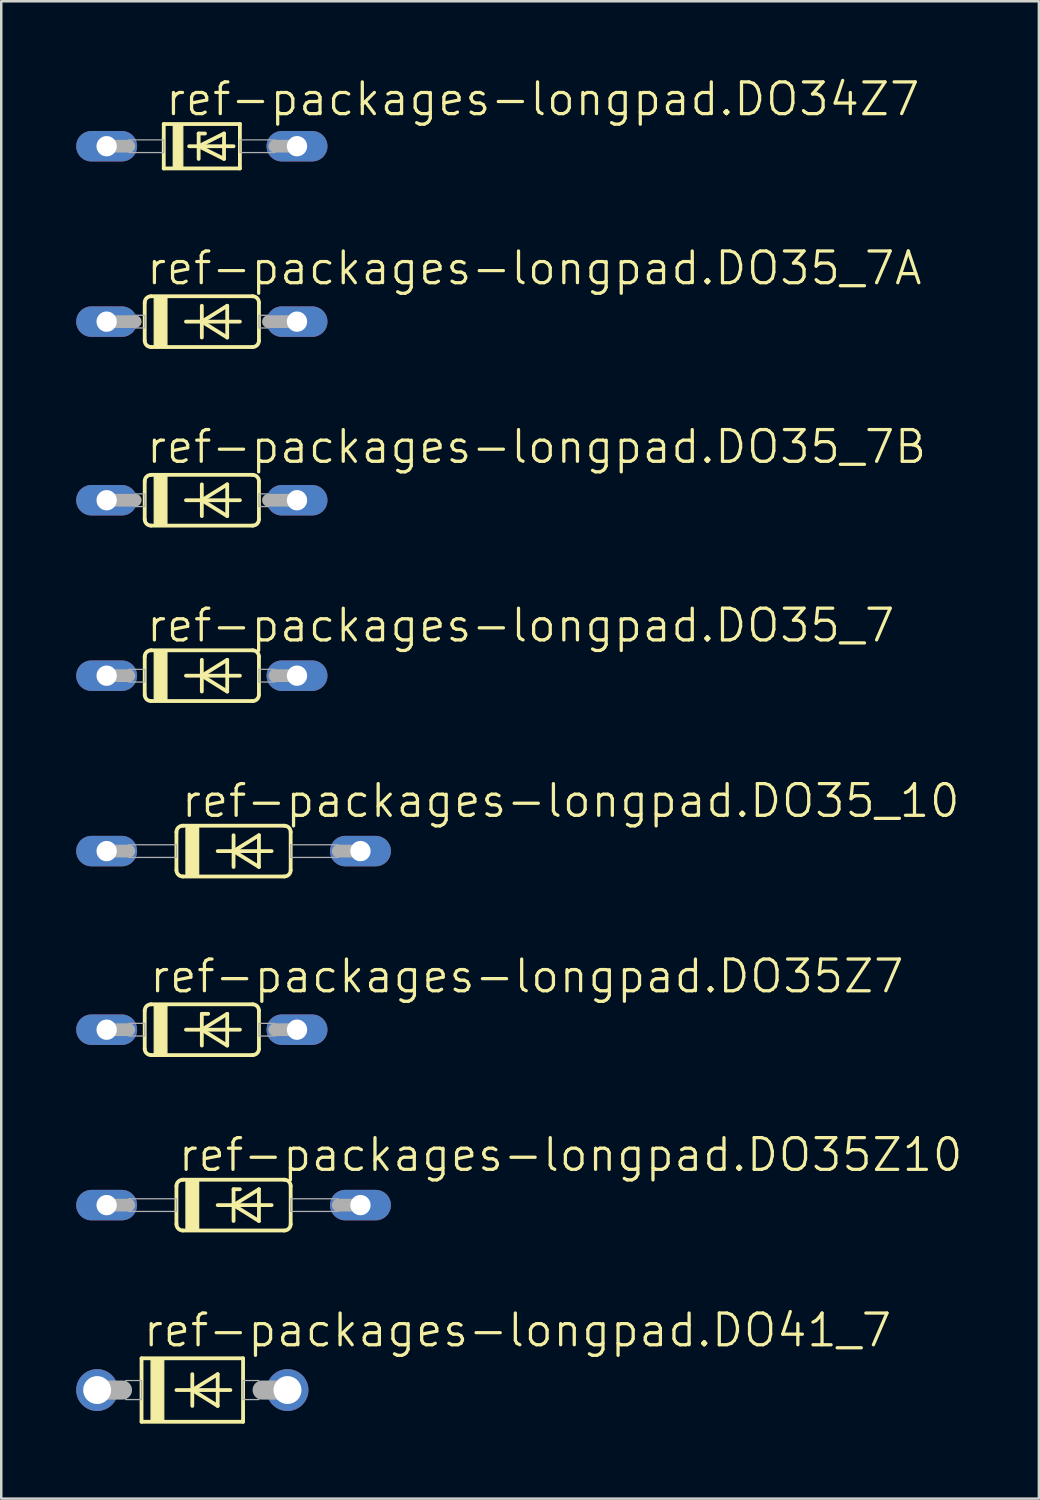
<source format=kicad_pcb>
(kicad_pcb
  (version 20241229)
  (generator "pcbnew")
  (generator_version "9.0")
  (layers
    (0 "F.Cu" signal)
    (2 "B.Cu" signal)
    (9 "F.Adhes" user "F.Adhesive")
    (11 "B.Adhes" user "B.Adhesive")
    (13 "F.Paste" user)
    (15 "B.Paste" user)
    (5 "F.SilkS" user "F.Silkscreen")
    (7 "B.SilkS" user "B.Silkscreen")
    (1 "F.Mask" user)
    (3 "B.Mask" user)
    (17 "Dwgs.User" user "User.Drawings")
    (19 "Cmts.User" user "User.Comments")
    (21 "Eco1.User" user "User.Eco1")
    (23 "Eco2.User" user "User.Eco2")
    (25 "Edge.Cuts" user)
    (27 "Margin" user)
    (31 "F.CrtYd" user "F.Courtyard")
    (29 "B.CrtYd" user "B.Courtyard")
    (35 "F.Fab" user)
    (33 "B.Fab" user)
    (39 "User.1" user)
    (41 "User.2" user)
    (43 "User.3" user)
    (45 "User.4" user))
  (footprint "ref-packages-longpad.DO41_7"
    (layer "F.Cu")
    (at 4.648 52.593)
    (property "Reference" "ref-packages-longpad.DO41_7" (at -2.032 -1.651 0) (layer "F.SilkS") (effects (font (size 1.27 1.27) (thickness 0.13)) (justify left bottom)))
    (attr through_hole)
    (fp_line (start -2.032 -1.27) (end -2.032 1.27) (stroke (width 0.152) (type default)) (layer "F.SilkS"))
    (fp_line (start -2.032 -1.27) (end 2.032 -1.27) (stroke (width 0.152) (type default)) (layer "F.SilkS"))
    (fp_line (start -0.635 0) (end 0 0) (stroke (width 0.152) (type default)) (layer "F.SilkS"))
    (fp_line (start 0 -0.635) (end 0 0) (stroke (width 0.152) (type default)) (layer "F.SilkS"))
    (fp_line (start 0 0) (end 0 0.635) (stroke (width 0.152) (type default)) (layer "F.SilkS"))
    (fp_line (start 0 0) (end 1.016 -0.635) (stroke (width 0.152) (type default)) (layer "F.SilkS"))
    (fp_line (start 0 0) (end 1.524 0) (stroke (width 0.152) (type default)) (layer "F.SilkS"))
    (fp_line (start 1.016 -0.635) (end 1.016 0.635) (stroke (width 0.152) (type default)) (layer "F.SilkS"))
    (fp_line (start 1.016 0.635) (end 0 0) (stroke (width 0.152) (type default)) (layer "F.SilkS"))
    (fp_line (start 2.032 1.27) (end -2.032 1.27) (stroke (width 0.152) (type default)) (layer "F.SilkS"))
    (fp_line (start 2.032 1.27) (end 2.032 -1.27) (stroke (width 0.152) (type default)) (layer "F.SilkS"))
    (fp_rect (start -1.651 1.27) (end -1.143 -1.27) (stroke (width 0.05) (type default)) (fill yes) (layer "F.SilkS"))
    (fp_line (start -3.81 0) (end -2.794 0) (stroke (width 0.762) (type default)) (layer "F.Fab"))
    (fp_line (start 3.81 0) (end 2.794 0) (stroke (width 0.762) (type default)) (layer "F.Fab"))
    (fp_rect (start -2.667 0.381) (end -2.032 -0.381) (stroke (width 0.05) (type default)) (fill no) (layer "F.Fab"))
    (fp_rect (start 2.032 0.381) (end 2.667 -0.381) (stroke (width 0.05) (type default)) (fill no) (layer "F.Fab"))
    (pad "A" thru_hole circle (at 3.81 0) (size 1.676 1.676) (drill 1.118) (layers "*.Cu" "*.Mask"))
    (pad "C" thru_hole circle (at -3.81 0) (size 1.676 1.676) (drill 1.118) (layers "*.Cu" "*.Mask")))
  (footprint "ref-packages-longpad.DO34Z7"
    (layer "F.Cu")
    (at 5.029 2.803)
    (property "Reference" "ref-packages-longpad.DO34Z7" (at -1.524 -1.143 0) (layer "F.SilkS") (effects (font (size 1.27 1.27) (thickness 0.13)) (justify left bottom)))
    (attr through_hole)
    (fp_line (start -1.524 -0.889) (end -1.524 0.889) (stroke (width 0.152) (type default)) (layer "F.SilkS"))
    (fp_line (start -1.524 0.889) (end 1.524 0.889) (stroke (width 0.152) (type default)) (layer "F.SilkS"))
    (fp_line (start -0.508 0) (end -0.127 0) (stroke (width 0.152) (type default)) (layer "F.SilkS"))
    (fp_line (start -0.127 -0.508) (end -0.127 0) (stroke (width 0.152) (type default)) (layer "F.SilkS"))
    (fp_line (start -0.127 0) (end -0.127 0.508) (stroke (width 0.152) (type default)) (layer "F.SilkS"))
    (fp_line (start -0.127 0) (end 0.889 -0.508) (stroke (width 0.152) (type default)) (layer "F.SilkS"))
    (fp_line (start -0.127 0) (end 1.27 0) (stroke (width 0.152) (type default)) (layer "F.SilkS"))
    (fp_line (start 0.127 -0.508) (end -0.127 -0.508) (stroke (width 0.152) (type default)) (layer "F.SilkS"))
    (fp_line (start 0.889 -0.508) (end 0.889 0.508) (stroke (width 0.152) (type default)) (layer "F.SilkS"))
    (fp_line (start 0.889 0.508) (end -0.127 0) (stroke (width 0.152) (type default)) (layer "F.SilkS"))
    (fp_line (start 1.524 -0.889) (end -1.524 -0.889) (stroke (width 0.152) (type default)) (layer "F.SilkS"))
    (fp_line (start 1.524 0.889) (end 1.524 -0.889) (stroke (width 0.152) (type default)) (layer "F.SilkS"))
    (fp_rect (start -1.143 0.889) (end -0.762 -0.889) (stroke (width 0.05) (type default)) (fill yes) (layer "F.SilkS"))
    (fp_line (start -3.81 0) (end -2.921 0) (stroke (width 0.508) (type default)) (layer "F.Fab"))
    (fp_line (start 3.81 0) (end 2.921 0) (stroke (width 0.508) (type default)) (layer "F.Fab"))
    (fp_rect (start -2.921 0.254) (end -1.524 -0.254) (stroke (width 0.05) (type default)) (fill no) (layer "F.Fab"))
    (fp_rect (start 1.524 0.254) (end 2.921 -0.254) (stroke (width 0.05) (type default)) (fill no) (layer "F.Fab"))
    (pad "A" thru_hole oval (at 3.81 0) (size 2.438 1.219) (drill 0.813) (layers "*.Cu" "*.Mask"))
    (pad "C" thru_hole oval (at -3.81 0) (size 2.438 1.219) (drill 0.813) (layers "*.Cu" "*.Mask")))
  (footprint "ref-packages-longpad.DO35_7"
    (layer "F.Cu")
    (at 5.029 23.997)
    (property "Reference" "ref-packages-longpad.DO35_7" (at -2.286 -1.27 0) (layer "F.SilkS") (effects (font (size 1.27 1.27) (thickness 0.13)) (justify left bottom)))
    (attr through_hole)
    (fp_line (start -2.286 -0.762) (end -2.286 0.762) (stroke (width 0.152) (type default)) (layer "F.SilkS"))
    (fp_line (start -2.032 -1.016) (end 2.032 -1.016) (stroke (width 0.152) (type default)) (layer "F.SilkS"))
    (fp_line (start -2.032 1.016) (end 2.032 1.016) (stroke (width 0.152) (type default)) (layer "F.SilkS"))
    (fp_line (start -0.635 0) (end 0 0) (stroke (width 0.152) (type default)) (layer "F.SilkS"))
    (fp_line (start 0 -0.635) (end 0 0) (stroke (width 0.152) (type default)) (layer "F.SilkS"))
    (fp_line (start 0 0) (end 0 0.635) (stroke (width 0.152) (type default)) (layer "F.SilkS"))
    (fp_line (start 0 0) (end 1.016 -0.635) (stroke (width 0.152) (type default)) (layer "F.SilkS"))
    (fp_line (start 0 0) (end 1.524 0) (stroke (width 0.152) (type default)) (layer "F.SilkS"))
    (fp_line (start 1.016 -0.635) (end 1.016 0.635) (stroke (width 0.152) (type default)) (layer "F.SilkS"))
    (fp_line (start 1.016 0.635) (end 0 0) (stroke (width 0.152) (type default)) (layer "F.SilkS"))
    (fp_line (start 2.286 -0.762) (end 2.286 0.762) (stroke (width 0.152) (type default)) (layer "F.SilkS"))
    (fp_rect (start -1.905 1.016) (end -1.397 -1.016) (stroke (width 0.05) (type default)) (fill yes) (layer "F.SilkS"))
    (fp_arc (start -2.286 -0.762) (mid -2.211605 -0.941605) (end -2.032 -1.016) (stroke (width 0.1524) (type default)) (layer "F.SilkS"))
    (fp_arc (start -2.032 1.016) (mid -2.211605 0.941605) (end -2.286 0.762) (stroke (width 0.1524) (type default)) (layer "F.SilkS"))
    (fp_arc (start 2.032 -1.016) (mid 2.211605 -0.941605) (end 2.286 -0.762) (stroke (width 0.1524) (type default)) (layer "F.SilkS"))
    (fp_arc (start 2.286 0.762) (mid 2.211605 0.941605) (end 2.032 1.016) (stroke (width 0.1524) (type default)) (layer "F.SilkS"))
    (fp_line (start -3.81 0) (end -2.921 0) (stroke (width 0.508) (type default)) (layer "F.Fab"))
    (fp_line (start 3.81 0) (end 2.921 0) (stroke (width 0.508) (type default)) (layer "F.Fab"))
    (fp_rect (start -2.921 0.254) (end -2.286 -0.254) (stroke (width 0.05) (type default)) (fill no) (layer "F.Fab"))
    (fp_rect (start 2.286 0.254) (end 2.921 -0.254) (stroke (width 0.05) (type default)) (fill no) (layer "F.Fab"))
    (pad "A" thru_hole oval (at 3.81 0) (size 2.438 1.219) (drill 0.813) (layers "*.Cu" "*.Mask"))
    (pad "C" thru_hole oval (at -3.81 0) (size 2.438 1.219) (drill 0.813) (layers "*.Cu" "*.Mask")))
  (footprint "ref-packages-longpad.DO35Z7"
    (layer "F.Cu")
    (at 5.029 38.168)
    (property "Reference" "ref-packages-longpad.DO35Z7" (at -2.159 -1.397 0) (layer "F.SilkS") (effects (font (size 1.27 1.27) (thickness 0.13)) (justify left bottom)))
    (attr through_hole)
    (fp_line (start -2.286 -0.762) (end -2.286 0.762) (stroke (width 0.152) (type default)) (layer "F.SilkS"))
    (fp_line (start -2.032 -1.016) (end 2.032 -1.016) (stroke (width 0.152) (type default)) (layer "F.SilkS"))
    (fp_line (start -2.032 1.016) (end 2.032 1.016) (stroke (width 0.152) (type default)) (layer "F.SilkS"))
    (fp_line (start -0.635 0) (end 0 0) (stroke (width 0.152) (type default)) (layer "F.SilkS"))
    (fp_line (start 0 -0.635) (end 0 0) (stroke (width 0.152) (type default)) (layer "F.SilkS"))
    (fp_line (start 0 0) (end 0 0.635) (stroke (width 0.152) (type default)) (layer "F.SilkS"))
    (fp_line (start 0 0) (end 1.016 -0.635) (stroke (width 0.152) (type default)) (layer "F.SilkS"))
    (fp_line (start 0 0) (end 1.524 0) (stroke (width 0.152) (type default)) (layer "F.SilkS"))
    (fp_line (start 0.254 -0.635) (end 0 -0.635) (stroke (width 0.152) (type default)) (layer "F.SilkS"))
    (fp_line (start 1.016 -0.635) (end 1.016 0.635) (stroke (width 0.152) (type default)) (layer "F.SilkS"))
    (fp_line (start 1.016 0.635) (end 0 0) (stroke (width 0.152) (type default)) (layer "F.SilkS"))
    (fp_line (start 2.286 -0.762) (end 2.286 0.762) (stroke (width 0.152) (type default)) (layer "F.SilkS"))
    (fp_rect (start -1.905 1.016) (end -1.397 -1.016) (stroke (width 0.05) (type default)) (fill yes) (layer "F.SilkS"))
    (fp_arc (start -2.286 -0.762) (mid -2.211605 -0.941605) (end -2.032 -1.016) (stroke (width 0.1524) (type default)) (layer "F.SilkS"))
    (fp_arc (start -2.032 1.016) (mid -2.211605 0.941605) (end -2.286 0.762) (stroke (width 0.1524) (type default)) (layer "F.SilkS"))
    (fp_arc (start 2.032 -1.016) (mid 2.211605 -0.941605) (end 2.286 -0.762) (stroke (width 0.1524) (type default)) (layer "F.SilkS"))
    (fp_arc (start 2.286 0.762) (mid 2.211605 0.941605) (end 2.032 1.016) (stroke (width 0.1524) (type default)) (layer "F.SilkS"))
    (fp_line (start -3.81 0) (end -2.921 0) (stroke (width 0.508) (type default)) (layer "F.Fab"))
    (fp_line (start 3.81 0) (end 2.921 0) (stroke (width 0.508) (type default)) (layer "F.Fab"))
    (fp_rect (start -2.921 0.254) (end -2.286 -0.254) (stroke (width 0.05) (type default)) (fill no) (layer "F.Fab"))
    (fp_rect (start 2.286 0.254) (end 2.921 -0.254) (stroke (width 0.05) (type default)) (fill no) (layer "F.Fab"))
    (pad "A" thru_hole oval (at 3.81 0) (size 2.438 1.219) (drill 0.813) (layers "*.Cu" "*.Mask"))
    (pad "C" thru_hole oval (at -3.81 0) (size 2.438 1.219) (drill 0.813) (layers "*.Cu" "*.Mask")))
  (footprint "ref-packages-longpad.DO35_7A"
    (layer "F.Cu")
    (at 5.029 9.825)
    (property "Reference" "ref-packages-longpad.DO35_7A" (at -2.286 -1.397 0) (layer "F.SilkS") (effects (font (size 1.27 1.27) (thickness 0.13)) (justify left bottom)))
    (attr through_hole)
    (fp_line (start -2.286 -0.762) (end -2.286 0.762) (stroke (width 0.152) (type default)) (layer "F.SilkS"))
    (fp_line (start -2.032 -1.016) (end 2.032 -1.016) (stroke (width 0.152) (type default)) (layer "F.SilkS"))
    (fp_line (start -2.032 1.016) (end 2.032 1.016) (stroke (width 0.152) (type default)) (layer "F.SilkS"))
    (fp_line (start -0.635 0) (end 0 0) (stroke (width 0.152) (type default)) (layer "F.SilkS"))
    (fp_line (start 0 -0.635) (end 0 0) (stroke (width 0.152) (type default)) (layer "F.SilkS"))
    (fp_line (start 0 0) (end 0 0.635) (stroke (width 0.152) (type default)) (layer "F.SilkS"))
    (fp_line (start 0 0) (end 1.016 -0.635) (stroke (width 0.152) (type default)) (layer "F.SilkS"))
    (fp_line (start 0 0) (end 1.524 0) (stroke (width 0.152) (type default)) (layer "F.SilkS"))
    (fp_line (start 1.016 -0.635) (end 1.016 0.635) (stroke (width 0.152) (type default)) (layer "F.SilkS"))
    (fp_line (start 1.016 0.635) (end 0 0) (stroke (width 0.152) (type default)) (layer "F.SilkS"))
    (fp_line (start 2.286 -0.762) (end 2.286 0.762) (stroke (width 0.152) (type default)) (layer "F.SilkS"))
    (fp_rect (start -1.905 1.016) (end -1.397 -1.016) (stroke (width 0.05) (type default)) (fill yes) (layer "F.SilkS"))
    (fp_arc (start -2.286 -0.762) (mid -2.211605 -0.941605) (end -2.032 -1.016) (stroke (width 0.1524) (type default)) (layer "F.SilkS"))
    (fp_arc (start -2.032 1.016) (mid -2.211605 0.941605) (end -2.286 0.762) (stroke (width 0.1524) (type default)) (layer "F.SilkS"))
    (fp_arc (start 2.032 -1.016) (mid 2.211605 -0.941605) (end 2.286 -0.762) (stroke (width 0.1524) (type default)) (layer "F.SilkS"))
    (fp_arc (start 2.286 0.762) (mid 2.211605 0.941605) (end 2.032 1.016) (stroke (width 0.1524) (type default)) (layer "F.SilkS"))
    (fp_line (start -3.81 0) (end -2.667 0) (stroke (width 0.508) (type default)) (layer "F.Fab"))
    (fp_line (start 3.81 0) (end 2.667 0) (stroke (width 0.508) (type default)) (layer "F.Fab"))
    (fp_rect (start -2.667 0.254) (end -2.286 -0.254) (stroke (width 0.05) (type default)) (fill no) (layer "F.Fab"))
    (fp_rect (start 2.286 0.254) (end 2.667 -0.254) (stroke (width 0.05) (type default)) (fill no) (layer "F.Fab"))
    (pad "A" thru_hole oval (at 3.81 0) (size 2.438 1.219) (drill 0.813) (layers "*.Cu" "*.Mask"))
    (pad "C" thru_hole oval (at -3.81 0) (size 2.438 1.219) (drill 0.813) (layers "*.Cu" "*.Mask")))
  (footprint "ref-packages-longpad.DO35_7B"
    (layer "F.Cu")
    (at 5.029 16.974)
    (property "Reference" "ref-packages-longpad.DO35_7B" (at -2.286 -1.397 0) (layer "F.SilkS") (effects (font (size 1.27 1.27) (thickness 0.13)) (justify left bottom)))
    (attr through_hole)
    (fp_line (start -2.286 -0.762) (end -2.286 0.762) (stroke (width 0.152) (type default)) (layer "F.SilkS"))
    (fp_line (start -2.032 -1.016) (end 2.032 -1.016) (stroke (width 0.152) (type default)) (layer "F.SilkS"))
    (fp_line (start -2.032 1.016) (end 2.032 1.016) (stroke (width 0.152) (type default)) (layer "F.SilkS"))
    (fp_line (start -0.635 0) (end 0 0) (stroke (width 0.152) (type default)) (layer "F.SilkS"))
    (fp_line (start 0 -0.635) (end 0 0) (stroke (width 0.152) (type default)) (layer "F.SilkS"))
    (fp_line (start 0 0) (end 0 0.635) (stroke (width 0.152) (type default)) (layer "F.SilkS"))
    (fp_line (start 0 0) (end 1.016 -0.635) (stroke (width 0.152) (type default)) (layer "F.SilkS"))
    (fp_line (start 0 0) (end 1.524 0) (stroke (width 0.152) (type default)) (layer "F.SilkS"))
    (fp_line (start 1.016 -0.635) (end 1.016 0.635) (stroke (width 0.152) (type default)) (layer "F.SilkS"))
    (fp_line (start 1.016 0.635) (end 0 0) (stroke (width 0.152) (type default)) (layer "F.SilkS"))
    (fp_line (start 2.286 -0.762) (end 2.286 0.762) (stroke (width 0.152) (type default)) (layer "F.SilkS"))
    (fp_rect (start -1.905 1.016) (end -1.397 -1.016) (stroke (width 0.05) (type default)) (fill yes) (layer "F.SilkS"))
    (fp_arc (start -2.286 -0.762) (mid -2.211605 -0.941605) (end -2.032 -1.016) (stroke (width 0.1524) (type default)) (layer "F.SilkS"))
    (fp_arc (start -2.032 1.016) (mid -2.211605 0.941605) (end -2.286 0.762) (stroke (width 0.1524) (type default)) (layer "F.SilkS"))
    (fp_arc (start 2.032 -1.016) (mid 2.211605 -0.941605) (end 2.286 -0.762) (stroke (width 0.1524) (type default)) (layer "F.SilkS"))
    (fp_arc (start 2.286 0.762) (mid 2.211605 0.941605) (end 2.032 1.016) (stroke (width 0.1524) (type default)) (layer "F.SilkS"))
    (fp_line (start -3.81 0) (end -2.667 0) (stroke (width 0.508) (type default)) (layer "F.Fab"))
    (fp_line (start 3.81 0) (end 2.667 0) (stroke (width 0.508) (type default)) (layer "F.Fab"))
    (fp_rect (start -2.667 0.254) (end -2.286 -0.254) (stroke (width 0.05) (type default)) (fill no) (layer "F.Fab"))
    (fp_rect (start 2.286 0.254) (end 2.667 -0.254) (stroke (width 0.05) (type default)) (fill no) (layer "F.Fab"))
    (pad "A" thru_hole oval (at 3.81 0) (size 2.438 1.219) (drill 0.813) (layers "*.Cu" "*.Mask"))
    (pad "C" thru_hole oval (at -3.81 0) (size 2.438 1.219) (drill 0.813) (layers "*.Cu" "*.Mask")))
  (footprint "ref-packages-longpad.DO35_10"
    (layer "F.Cu")
    (at 6.299 31.019)
    (property "Reference" "ref-packages-longpad.DO35_10" (at -2.159 -1.27 0) (layer "F.SilkS") (effects (font (size 1.27 1.27) (thickness 0.13)) (justify left bottom)))
    (attr through_hole)
    (fp_line (start -2.286 -0.762) (end -2.286 0.762) (stroke (width 0.152) (type default)) (layer "F.SilkS"))
    (fp_line (start -2.032 -1.016) (end 2.032 -1.016) (stroke (width 0.152) (type default)) (layer "F.SilkS"))
    (fp_line (start -2.032 1.016) (end 2.032 1.016) (stroke (width 0.152) (type default)) (layer "F.SilkS"))
    (fp_line (start -0.635 0) (end 0 0) (stroke (width 0.152) (type default)) (layer "F.SilkS"))
    (fp_line (start 0 -0.635) (end 0 0) (stroke (width 0.152) (type default)) (layer "F.SilkS"))
    (fp_line (start 0 0) (end 0 0.635) (stroke (width 0.152) (type default)) (layer "F.SilkS"))
    (fp_line (start 0 0) (end 1.016 -0.635) (stroke (width 0.152) (type default)) (layer "F.SilkS"))
    (fp_line (start 0 0) (end 1.524 0) (stroke (width 0.152) (type default)) (layer "F.SilkS"))
    (fp_line (start 1.016 -0.635) (end 1.016 0.635) (stroke (width 0.152) (type default)) (layer "F.SilkS"))
    (fp_line (start 1.016 0.635) (end 0 0) (stroke (width 0.152) (type default)) (layer "F.SilkS"))
    (fp_line (start 2.286 0.762) (end 2.286 -0.762) (stroke (width 0.152) (type default)) (layer "F.SilkS"))
    (fp_rect (start -1.905 1.016) (end -1.397 -1.016) (stroke (width 0.05) (type default)) (fill yes) (layer "F.SilkS"))
    (fp_arc (start -2.286 -0.762) (mid -2.211605 -0.941605) (end -2.032 -1.016) (stroke (width 0.1524) (type default)) (layer "F.SilkS"))
    (fp_arc (start -2.032 1.016) (mid -2.211605 0.941605) (end -2.286 0.762) (stroke (width 0.1524) (type default)) (layer "F.SilkS"))
    (fp_arc (start 2.032 -1.016) (mid 2.211605 -0.941605) (end 2.286 -0.762) (stroke (width 0.1524) (type default)) (layer "F.SilkS"))
    (fp_arc (start 2.286 0.762) (mid 2.211605 0.941605) (end 2.032 1.016) (stroke (width 0.1524) (type default)) (layer "F.SilkS"))
    (fp_line (start -5.08 0) (end -4.191 0) (stroke (width 0.508) (type default)) (layer "F.Fab"))
    (fp_line (start 5.08 0) (end 4.191 0) (stroke (width 0.508) (type default)) (layer "F.Fab"))
    (fp_rect (start -4.191 0.254) (end -2.286 -0.254) (stroke (width 0.05) (type default)) (fill no) (layer "F.Fab"))
    (fp_rect (start 2.286 0.254) (end 4.191 -0.254) (stroke (width 0.05) (type default)) (fill no) (layer "F.Fab"))
    (pad "A" thru_hole oval (at 5.08 0) (size 2.438 1.219) (drill 0.813) (layers "*.Cu" "*.Mask"))
    (pad "C" thru_hole oval (at -5.08 0) (size 2.438 1.219) (drill 0.813) (layers "*.Cu" "*.Mask")))
  (footprint "ref-packages-longpad.DO35Z10"
    (layer "F.Cu")
    (at 6.299 45.19)
    (property "Reference" "ref-packages-longpad.DO35Z10" (at -2.286 -1.27 0) (layer "F.SilkS") (effects (font (size 1.27 1.27) (thickness 0.13)) (justify left bottom)))
    (attr through_hole)
    (fp_line (start -2.286 -0.762) (end -2.286 0.762) (stroke (width 0.152) (type default)) (layer "F.SilkS"))
    (fp_line (start -2.032 -1.016) (end 2.032 -1.016) (stroke (width 0.152) (type default)) (layer "F.SilkS"))
    (fp_line (start -2.032 1.016) (end 2.032 1.016) (stroke (width 0.152) (type default)) (layer "F.SilkS"))
    (fp_line (start -0.635 0) (end 0 0) (stroke (width 0.152) (type default)) (layer "F.SilkS"))
    (fp_line (start 0 -0.635) (end 0 0) (stroke (width 0.152) (type default)) (layer "F.SilkS"))
    (fp_line (start 0 0) (end 0 0.635) (stroke (width 0.152) (type default)) (layer "F.SilkS"))
    (fp_line (start 0 0) (end 1.016 -0.635) (stroke (width 0.152) (type default)) (layer "F.SilkS"))
    (fp_line (start 0 0) (end 1.524 0) (stroke (width 0.152) (type default)) (layer "F.SilkS"))
    (fp_line (start 0.254 -0.635) (end 0 -0.635) (stroke (width 0.152) (type default)) (layer "F.SilkS"))
    (fp_line (start 1.016 -0.635) (end 1.016 0.635) (stroke (width 0.152) (type default)) (layer "F.SilkS"))
    (fp_line (start 1.016 0.635) (end 0 0) (stroke (width 0.152) (type default)) (layer "F.SilkS"))
    (fp_line (start 2.286 -0.762) (end 2.286 0.762) (stroke (width 0.152) (type default)) (layer "F.SilkS"))
    (fp_rect (start -1.905 1.016) (end -1.397 -1.016) (stroke (width 0.05) (type default)) (fill yes) (layer "F.SilkS"))
    (fp_arc (start -2.286 -0.762) (mid -2.211605 -0.941605) (end -2.032 -1.016) (stroke (width 0.1524) (type default)) (layer "F.SilkS"))
    (fp_arc (start -2.032 1.016) (mid -2.211605 0.941605) (end -2.286 0.762) (stroke (width 0.1524) (type default)) (layer "F.SilkS"))
    (fp_arc (start 2.032 -1.016) (mid 2.211605 -0.941605) (end 2.286 -0.762) (stroke (width 0.1524) (type default)) (layer "F.SilkS"))
    (fp_arc (start 2.286 0.762) (mid 2.211605 0.941605) (end 2.032 1.016) (stroke (width 0.1524) (type default)) (layer "F.SilkS"))
    (fp_line (start -5.08 0) (end -4.191 0) (stroke (width 0.508) (type default)) (layer "F.Fab"))
    (fp_line (start 5.08 0) (end 4.191 0) (stroke (width 0.508) (type default)) (layer "F.Fab"))
    (fp_rect (start -4.191 0.254) (end -2.286 -0.254) (stroke (width 0.05) (type default)) (fill no) (layer "F.Fab"))
    (fp_rect (start 2.286 0.254) (end 4.191 -0.254) (stroke (width 0.05) (type default)) (fill no) (layer "F.Fab"))
    (pad "A" thru_hole oval (at 5.08 0) (size 2.438 1.219) (drill 0.813) (layers "*.Cu" "*.Mask"))
    (pad "C" thru_hole oval (at -5.08 0) (size 2.438 1.219) (drill 0.813) (layers "*.Cu" "*.Mask")))
  (gr_rect
    (start -3 -3)
    (end 38.536 56.94)
    (stroke (width 0.1) (type default))
    (fill no)
    (layer "Edge.Cuts")))
</source>
